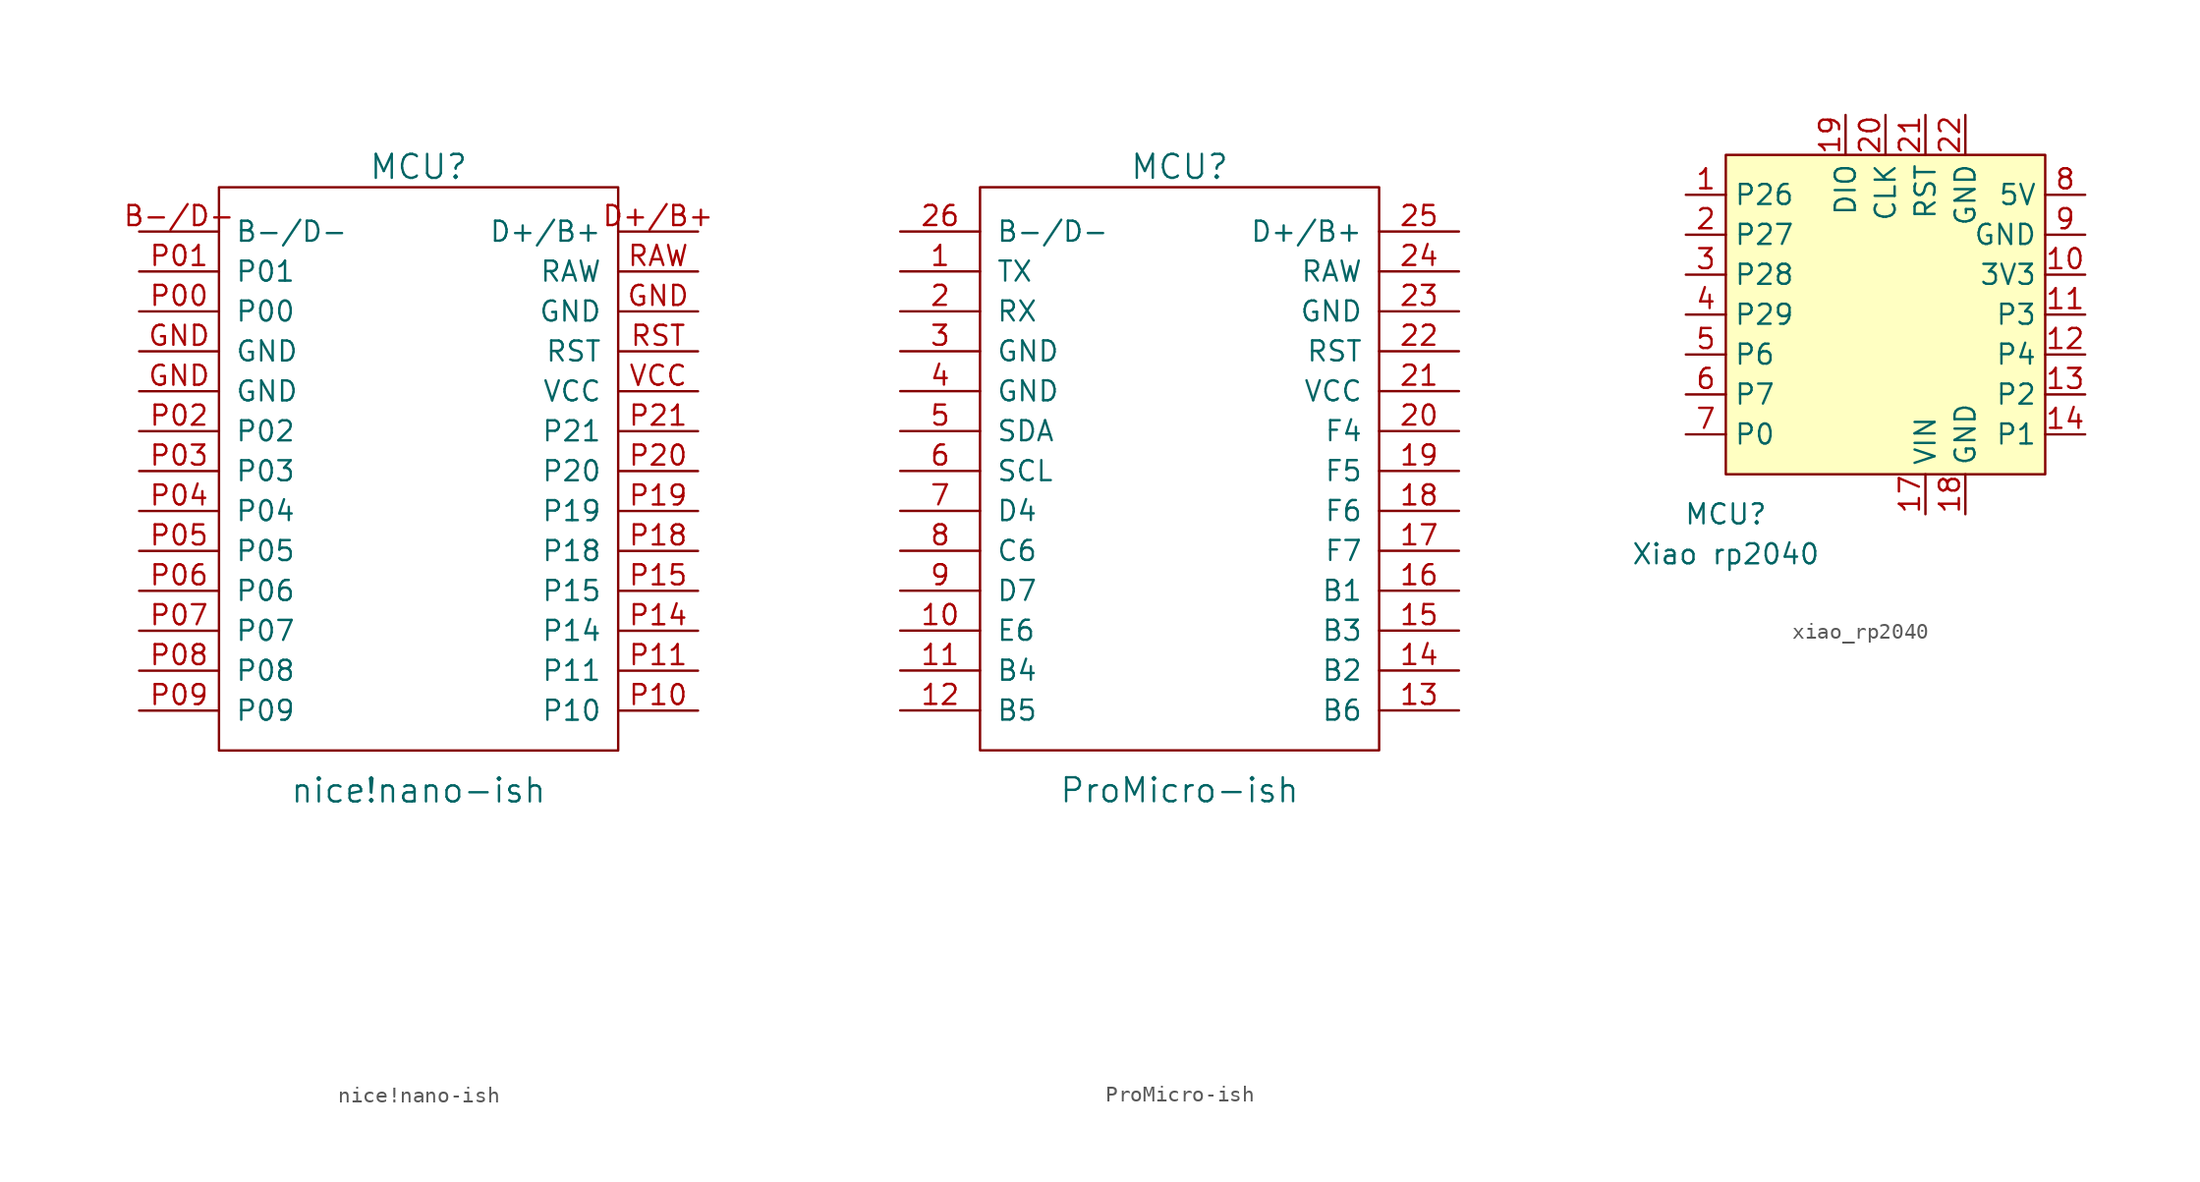
<source format=kicad_sym>
(kicad_symbol_lib
  (version 20231120)
  (generator "kicad_symbol_editor")
  (generator_version "8.0")
  (symbol "nice!nano-ish"
    (pin_names
      (offset 1.016))
    (property "Reference" "MCU"
      (at 0 25.705 0)
      (effects (font (size 1.524 1.524))))
    (property "Value" "nice!nano-ish"
      (at 0 -13.97 0)
      (effects (font (size 1.524 1.524))))
    (property "Datasheet" ""
      (at 2.54 -26.67 0)
      (effects (font (size 1.524 1.524))))
    (symbol "nice!nano-ish_0_1"
      (rectangle (start -12.7 24.409) (end 12.7 -11.43) (stroke (width 0) (type solid)) (fill (type none))))
    (symbol "nice!nano-ish_1_0"
      (pin power_in line (at -17.78 21.59 0) (length 5.08) (name "B-/D-" (effects (font (size 1.27 1.27)))) (number "B-/D-" (effects (font (size 1.27 1.27))))))
    (symbol "nice!nano-ish_1_1"
      (pin power_out line (at 17.78 21.59 180) (length 5.08) (name "D+/B+" (effects (font (size 1.27 1.27)))) (number "D+/B+" (effects (font (size 1.27 1.27)))))
      (pin power_in line (at -17.78 11.43 0) (length 5.08) (name "GND" (effects (font (size 1.27 1.27)))) (number "GND" (effects (font (size 1.27 1.27)))))
      (pin power_in line (at -17.78 13.97 0) (length 5.08) (name "GND" (effects (font (size 1.27 1.27)))) (number "GND" (effects (font (size 1.27 1.27)))))
      (pin power_in line (at 17.78 16.51 180) (length 5.08) (name "GND" (effects (font (size 1.27 1.27)))) (number "GND" (effects (font (size 1.27 1.27)))))
      (pin bidirectional line (at -17.78 16.51 0) (length 5.08) (name "P00" (effects (font (size 1.27 1.27)))) (number "P00" (effects (font (size 1.27 1.27)))))
      (pin bidirectional line (at -17.78 19.05 0) (length 5.08) (name "P01" (effects (font (size 1.27 1.27)))) (number "P01" (effects (font (size 1.27 1.27)))))
      (pin bidirectional line (at -17.78 8.89 0) (length 5.08) (name "P02" (effects (font (size 1.27 1.27)))) (number "P02" (effects (font (size 1.27 1.27)))))
      (pin bidirectional line (at -17.78 6.35 0) (length 5.08) (name "P03" (effects (font (size 1.27 1.27)))) (number "P03" (effects (font (size 1.27 1.27)))))
      (pin bidirectional line (at -17.78 3.81 0) (length 5.08) (name "P04" (effects (font (size 1.27 1.27)))) (number "P04" (effects (font (size 1.27 1.27)))))
      (pin bidirectional line (at -17.78 1.27 0) (length 5.08) (name "P05" (effects (font (size 1.27 1.27)))) (number "P05" (effects (font (size 1.27 1.27)))))
      (pin bidirectional line (at -17.78 -1.27 0) (length 5.08) (name "P06" (effects (font (size 1.27 1.27)))) (number "P06" (effects (font (size 1.27 1.27)))))
      (pin bidirectional line (at -17.78 -3.81 0) (length 5.08) (name "P07" (effects (font (size 1.27 1.27)))) (number "P07" (effects (font (size 1.27 1.27)))))
      (pin bidirectional line (at -17.78 -6.35 0) (length 5.08) (name "P08" (effects (font (size 1.27 1.27)))) (number "P08" (effects (font (size 1.27 1.27)))))
      (pin bidirectional line (at -17.78 -8.89 0) (length 5.08) (name "P09" (effects (font (size 1.27 1.27)))) (number "P09" (effects (font (size 1.27 1.27)))))
      (pin bidirectional line (at 17.78 -8.89 180) (length 5.08) (name "P10" (effects (font (size 1.27 1.27)))) (number "P10" (effects (font (size 1.27 1.27)))))
      (pin bidirectional line (at 17.78 -6.35 180) (length 5.08) (name "P11" (effects (font (size 1.27 1.27)))) (number "P11" (effects (font (size 1.27 1.27)))))
      (pin bidirectional line (at 17.78 -3.81 180) (length 5.08) (name "P14" (effects (font (size 1.27 1.27)))) (number "P14" (effects (font (size 1.27 1.27)))))
      (pin bidirectional line (at 17.78 -1.27 180) (length 5.08) (name "P15" (effects (font (size 1.27 1.27)))) (number "P15" (effects (font (size 1.27 1.27)))))
      (pin bidirectional line (at 17.78 1.27 180) (length 5.08) (name "P18" (effects (font (size 1.27 1.27)))) (number "P18" (effects (font (size 1.27 1.27)))))
      (pin bidirectional line (at 17.78 3.81 180) (length 5.08) (name "P19" (effects (font (size 1.27 1.27)))) (number "P19" (effects (font (size 1.27 1.27)))))
      (pin bidirectional line (at 17.78 6.35 180) (length 5.08) (name "P20" (effects (font (size 1.27 1.27)))) (number "P20" (effects (font (size 1.27 1.27)))))
      (pin bidirectional line (at 17.78 8.89 180) (length 5.08) (name "P21" (effects (font (size 1.27 1.27)))) (number "P21" (effects (font (size 1.27 1.27)))))
      (pin power_out line (at 17.78 19.05 180) (length 5.08) (name "RAW" (effects (font (size 1.27 1.27)))) (number "RAW" (effects (font (size 1.27 1.27)))))
      (pin input line (at 17.78 13.97 180) (length 5.08) (name "RST" (effects (font (size 1.27 1.27)))) (number "RST" (effects (font (size 1.27 1.27)))))
      (pin power_in line (at 17.78 11.43 180) (length 5.08) (name "VCC" (effects (font (size 1.27 1.27)))) (number "VCC" (effects (font (size 1.27 1.27)))))))
  (symbol "ProMicro-ish"
    (pin_names
      (offset 1.016))
    (property "Reference" "MCU"
      (at 0 25.705 0)
      (effects (font (size 1.524 1.524))))
    (property "Value" "ProMicro-ish"
      (at 0 -13.97 0)
      (effects (font (size 1.524 1.524))))
    (property "Datasheet" ""
      (at 2.54 -26.67 0)
      (effects (font (size 1.524 1.524))))
    (symbol "ProMicro-ish_0_1"
      (rectangle (start -12.7 24.409) (end 12.7 -11.43) (stroke (width 0) (type solid)) (fill (type none))))
    (symbol "ProMicro-ish_1_0"
      (pin power_in line (at -17.78 21.59 0) (length 5.08) (name "B-/D-" (effects (font (size 1.27 1.27)))) (number "26" (effects (font (size 1.27 1.27))))))
    (symbol "ProMicro-ish_1_1"
      (pin bidirectional line (at -17.78 19.05 0) (length 5.08) (name "TX" (effects (font (size 1.27 1.27)))) (number "1" (effects (font (size 1.27 1.27)))))
      (pin bidirectional line (at -17.78 -3.81 0) (length 5.08) (name "E6" (effects (font (size 1.27 1.27)))) (number "10" (effects (font (size 1.27 1.27)))))
      (pin bidirectional line (at -17.78 -6.35 0) (length 5.08) (name "B4" (effects (font (size 1.27 1.27)))) (number "11" (effects (font (size 1.27 1.27)))))
      (pin bidirectional line (at -17.78 -8.89 0) (length 5.08) (name "B5" (effects (font (size 1.27 1.27)))) (number "12" (effects (font (size 1.27 1.27)))))
      (pin bidirectional line (at 17.78 -8.89 180) (length 5.08) (name "B6" (effects (font (size 1.27 1.27)))) (number "13" (effects (font (size 1.27 1.27)))))
      (pin bidirectional line (at 17.78 -6.35 180) (length 5.08) (name "B2" (effects (font (size 1.27 1.27)))) (number "14" (effects (font (size 1.27 1.27)))))
      (pin bidirectional line (at 17.78 -3.81 180) (length 5.08) (name "B3" (effects (font (size 1.27 1.27)))) (number "15" (effects (font (size 1.27 1.27)))))
      (pin bidirectional line (at 17.78 -1.27 180) (length 5.08) (name "B1" (effects (font (size 1.27 1.27)))) (number "16" (effects (font (size 1.27 1.27)))))
      (pin bidirectional line (at 17.78 1.27 180) (length 5.08) (name "F7" (effects (font (size 1.27 1.27)))) (number "17" (effects (font (size 1.27 1.27)))))
      (pin bidirectional line (at 17.78 3.81 180) (length 5.08) (name "F6" (effects (font (size 1.27 1.27)))) (number "18" (effects (font (size 1.27 1.27)))))
      (pin bidirectional line (at 17.78 6.35 180) (length 5.08) (name "F5" (effects (font (size 1.27 1.27)))) (number "19" (effects (font (size 1.27 1.27)))))
      (pin bidirectional line (at -17.78 16.51 0) (length 5.08) (name "RX" (effects (font (size 1.27 1.27)))) (number "2" (effects (font (size 1.27 1.27)))))
      (pin bidirectional line (at 17.78 8.89 180) (length 5.08) (name "F4" (effects (font (size 1.27 1.27)))) (number "20" (effects (font (size 1.27 1.27)))))
      (pin power_in line (at 17.78 11.43 180) (length 5.08) (name "VCC" (effects (font (size 1.27 1.27)))) (number "21" (effects (font (size 1.27 1.27)))))
      (pin input line (at 17.78 13.97 180) (length 5.08) (name "RST" (effects (font (size 1.27 1.27)))) (number "22" (effects (font (size 1.27 1.27)))))
      (pin power_in line (at 17.78 16.51 180) (length 5.08) (name "GND" (effects (font (size 1.27 1.27)))) (number "23" (effects (font (size 1.27 1.27)))))
      (pin power_out line (at 17.78 19.05 180) (length 5.08) (name "RAW" (effects (font (size 1.27 1.27)))) (number "24" (effects (font (size 1.27 1.27)))))
      (pin power_out line (at 17.78 21.59 180) (length 5.08) (name "D+/B+" (effects (font (size 1.27 1.27)))) (number "25" (effects (font (size 1.27 1.27)))))
      (pin power_in line (at -17.78 13.97 0) (length 5.08) (name "GND" (effects (font (size 1.27 1.27)))) (number "3" (effects (font (size 1.27 1.27)))))
      (pin power_in line (at -17.78 11.43 0) (length 5.08) (name "GND" (effects (font (size 1.27 1.27)))) (number "4" (effects (font (size 1.27 1.27)))))
      (pin bidirectional line (at -17.78 8.89 0) (length 5.08) (name "SDA" (effects (font (size 1.27 1.27)))) (number "5" (effects (font (size 1.27 1.27)))))
      (pin bidirectional line (at -17.78 6.35 0) (length 5.08) (name "SCL" (effects (font (size 1.27 1.27)))) (number "6" (effects (font (size 1.27 1.27)))))
      (pin bidirectional line (at -17.78 3.81 0) (length 5.08) (name "D4" (effects (font (size 1.27 1.27)))) (number "7" (effects (font (size 1.27 1.27)))))
      (pin bidirectional line (at -17.78 1.27 0) (length 5.08) (name "C6" (effects (font (size 1.27 1.27)))) (number "8" (effects (font (size 1.27 1.27)))))
      (pin bidirectional line (at -17.78 -1.27 0) (length 5.08) (name "D7" (effects (font (size 1.27 1.27)))) (number "9" (effects (font (size 1.27 1.27)))))))
  (symbol "xiao_rp2040"
    (property "Reference" "MCU"
      (at -10.16 -12.7 0)
      (effects (font (size 1.27 1.27))))
    (property "Value" "Xiao rp2040"
      (at -10.16 -15.24 0)
      (effects (font (size 1.27 1.27))))
    (symbol "xiao_rp2040_1_0"
      (pin bidirectional line (at -12.7 7.62 0) (length 2.54) (name "P26" (effects (font (size 1.27 1.27)))) (number "1" (effects (font (size 1.27 1.27)))))
      (pin power_out line (at 12.7 2.54 180) (length 2.54) (name "3V3" (effects (font (size 1.27 1.27)))) (number "10" (effects (font (size 1.27 1.27)))))
      (pin bidirectional line (at 12.7 0 180) (length 2.54) (name "P3" (effects (font (size 1.27 1.27)))) (number "11" (effects (font (size 1.27 1.27)))))
      (pin bidirectional line (at 12.7 -2.54 180) (length 2.54) (name "P4" (effects (font (size 1.27 1.27)))) (number "12" (effects (font (size 1.27 1.27)))))
      (pin bidirectional line (at 12.7 -5.08 180) (length 2.54) (name "P2" (effects (font (size 1.27 1.27)))) (number "13" (effects (font (size 1.27 1.27)))))
      (pin bidirectional line (at 12.7 -7.62 180) (length 2.54) (name "P1" (effects (font (size 1.27 1.27)))) (number "14" (effects (font (size 1.27 1.27)))))
      (pin power_in line (at 2.54 -12.7 90) (length 2.54) (name "VIN" (effects (font (size 1.27 1.27)))) (number "17" (effects (font (size 1.27 1.27)))))
      (pin power_in line (at 5.08 -12.7 90) (length 2.54) (name "GND" (effects (font (size 1.27 1.27)))) (number "18" (effects (font (size 1.27 1.27)))))
      (pin bidirectional line (at -2.54 12.7 270) (length 2.54) (name "DIO" (effects (font (size 1.27 1.27)))) (number "19" (effects (font (size 1.27 1.27)))))
      (pin bidirectional line (at -12.7 5.08 0) (length 2.54) (name "P27" (effects (font (size 1.27 1.27)))) (number "2" (effects (font (size 1.27 1.27)))))
      (pin bidirectional line (at 0 12.7 270) (length 2.54) (name "CLK" (effects (font (size 1.27 1.27)))) (number "20" (effects (font (size 1.27 1.27)))))
      (pin bidirectional line (at 2.54 12.7 270) (length 2.54) (name "RST" (effects (font (size 1.27 1.27)))) (number "21" (effects (font (size 1.27 1.27)))))
      (pin power_out line (at 5.08 12.7 270) (length 2.54) (name "GND" (effects (font (size 1.27 1.27)))) (number "22" (effects (font (size 1.27 1.27)))))
      (pin bidirectional line (at -12.7 2.54 0) (length 2.54) (name "P28" (effects (font (size 1.27 1.27)))) (number "3" (effects (font (size 1.27 1.27)))))
      (pin bidirectional line (at -12.7 0 0) (length 2.54) (name "P29" (effects (font (size 1.27 1.27)))) (number "4" (effects (font (size 1.27 1.27)))))
      (pin bidirectional line (at -12.7 -2.54 0) (length 2.54) (name "P6" (effects (font (size 1.27 1.27)))) (number "5" (effects (font (size 1.27 1.27)))))
      (pin bidirectional line (at -12.7 -5.08 0) (length 2.54) (name "P7" (effects (font (size 1.27 1.27)))) (number "6" (effects (font (size 1.27 1.27)))))
      (pin bidirectional line (at -12.7 -7.62 0) (length 2.54) (name "P0" (effects (font (size 1.27 1.27)))) (number "7" (effects (font (size 1.27 1.27)))))
      (pin power_out line (at 12.7 7.62 180) (length 2.54) (name "5V" (effects (font (size 1.27 1.27)))) (number "8" (effects (font (size 1.27 1.27)))))
      (pin power_out line (at 12.7 5.08 180) (length 2.54) (name "GND" (effects (font (size 1.27 1.27)))) (number "9" (effects (font (size 1.27 1.27))))))
    (symbol "xiao_rp2040_1_1"
      (rectangle (start -10.16 10.16) (end 10.16 -10.16) (stroke (width 0) (type default)) (fill (type background))))))
</source>
